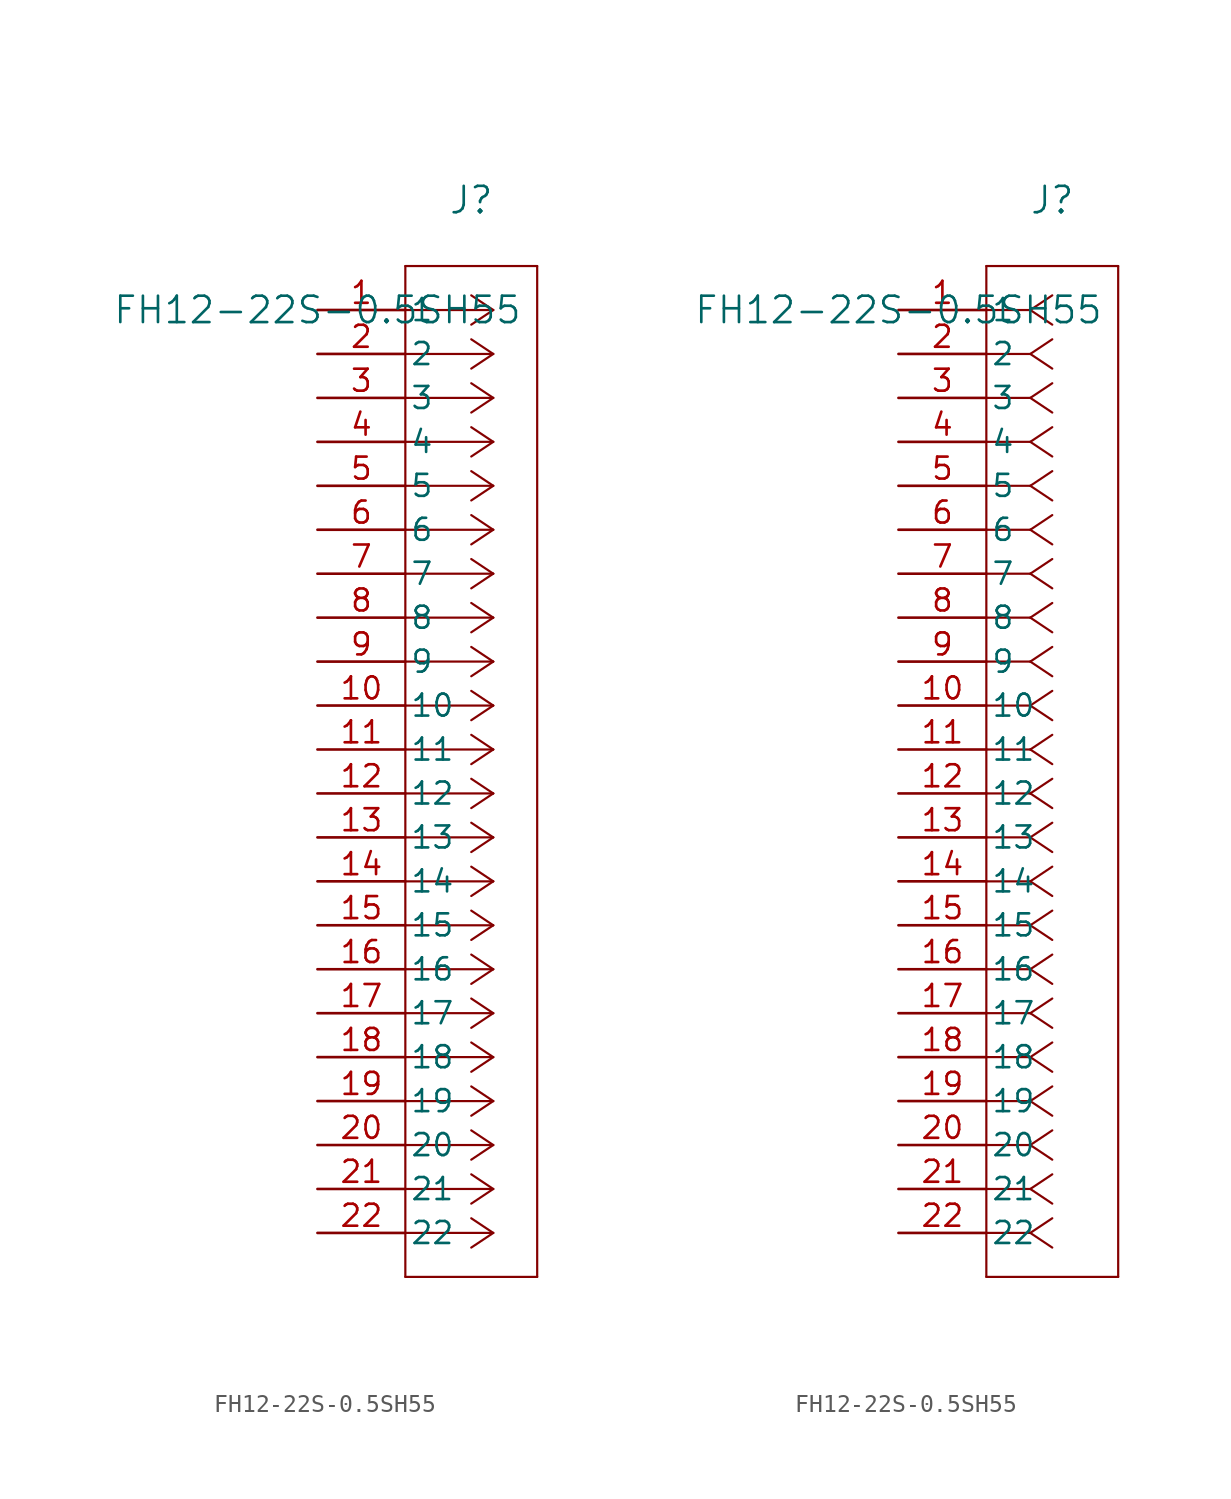
<source format=kicad_sym>
(kicad_symbol_lib
  (version 20211014)
  (generator kicad_symbol_editor)
  (symbol "FH12-22S-0.5SH55"
    (pin_names
      (offset 0.254))
    (property "Reference" "J"
      (at 8.89 6.35 0)
      (effects (font (size 1.524 1.524))))
    (property "Value" "FH12-22S-0.5SH55"
      (at 0 0 0)
      (effects (font (size 1.524 1.524))))
    (symbol "FH12-22S-0.5SH55_1_1"
      (polyline (pts (xy 10.16 0) (xy 5.08 0)) (stroke (width 0.127) (type default) (color 0 0 0 0)) (fill (type none)))
      (polyline (pts (xy 10.16 -2.54) (xy 5.08 -2.54)) (stroke (width 0.127) (type default) (color 0 0 0 0)) (fill (type none)))
      (polyline (pts (xy 10.16 -5.08) (xy 5.08 -5.08)) (stroke (width 0.127) (type default) (color 0 0 0 0)) (fill (type none)))
      (polyline (pts (xy 10.16 -7.62) (xy 5.08 -7.62)) (stroke (width 0.127) (type default) (color 0 0 0 0)) (fill (type none)))
      (polyline (pts (xy 10.16 -10.16) (xy 5.08 -10.16)) (stroke (width 0.127) (type default) (color 0 0 0 0)) (fill (type none)))
      (polyline (pts (xy 10.16 -12.7) (xy 5.08 -12.7)) (stroke (width 0.127) (type default) (color 0 0 0 0)) (fill (type none)))
      (polyline (pts (xy 10.16 -15.24) (xy 5.08 -15.24)) (stroke (width 0.127) (type default) (color 0 0 0 0)) (fill (type none)))
      (polyline (pts (xy 10.16 -17.78) (xy 5.08 -17.78)) (stroke (width 0.127) (type default) (color 0 0 0 0)) (fill (type none)))
      (polyline (pts (xy 10.16 -20.32) (xy 5.08 -20.32)) (stroke (width 0.127) (type default) (color 0 0 0 0)) (fill (type none)))
      (polyline (pts (xy 10.16 -22.86) (xy 5.08 -22.86)) (stroke (width 0.127) (type default) (color 0 0 0 0)) (fill (type none)))
      (polyline (pts (xy 10.16 -25.4) (xy 5.08 -25.4)) (stroke (width 0.127) (type default) (color 0 0 0 0)) (fill (type none)))
      (polyline (pts (xy 10.16 -27.94) (xy 5.08 -27.94)) (stroke (width 0.127) (type default) (color 0 0 0 0)) (fill (type none)))
      (polyline (pts (xy 10.16 -30.48) (xy 5.08 -30.48)) (stroke (width 0.127) (type default) (color 0 0 0 0)) (fill (type none)))
      (polyline (pts (xy 10.16 -33.02) (xy 5.08 -33.02)) (stroke (width 0.127) (type default) (color 0 0 0 0)) (fill (type none)))
      (polyline (pts (xy 10.16 -35.56) (xy 5.08 -35.56)) (stroke (width 0.127) (type default) (color 0 0 0 0)) (fill (type none)))
      (polyline (pts (xy 10.16 -38.1) (xy 5.08 -38.1)) (stroke (width 0.127) (type default) (color 0 0 0 0)) (fill (type none)))
      (polyline (pts (xy 10.16 -40.64) (xy 5.08 -40.64)) (stroke (width 0.127) (type default) (color 0 0 0 0)) (fill (type none)))
      (polyline (pts (xy 10.16 -43.18) (xy 5.08 -43.18)) (stroke (width 0.127) (type default) (color 0 0 0 0)) (fill (type none)))
      (polyline (pts (xy 10.16 -45.72) (xy 5.08 -45.72)) (stroke (width 0.127) (type default) (color 0 0 0 0)) (fill (type none)))
      (polyline (pts (xy 10.16 -48.26) (xy 5.08 -48.26)) (stroke (width 0.127) (type default) (color 0 0 0 0)) (fill (type none)))
      (polyline (pts (xy 10.16 -50.8) (xy 5.08 -50.8)) (stroke (width 0.127) (type default) (color 0 0 0 0)) (fill (type none)))
      (polyline (pts (xy 10.16 -53.34) (xy 5.08 -53.34)) (stroke (width 0.127) (type default) (color 0 0 0 0)) (fill (type none)))
      (polyline (pts (xy 10.16 0) (xy 8.89 0.847)) (stroke (width 0.127) (type default) (color 0 0 0 0)) (fill (type none)))
      (polyline (pts (xy 10.16 -2.54) (xy 8.89 -1.693)) (stroke (width 0.127) (type default) (color 0 0 0 0)) (fill (type none)))
      (polyline (pts (xy 10.16 -5.08) (xy 8.89 -4.233)) (stroke (width 0.127) (type default) (color 0 0 0 0)) (fill (type none)))
      (polyline (pts (xy 10.16 -7.62) (xy 8.89 -6.773)) (stroke (width 0.127) (type default) (color 0 0 0 0)) (fill (type none)))
      (polyline (pts (xy 10.16 -10.16) (xy 8.89 -9.313)) (stroke (width 0.127) (type default) (color 0 0 0 0)) (fill (type none)))
      (polyline (pts (xy 10.16 -12.7) (xy 8.89 -11.853)) (stroke (width 0.127) (type default) (color 0 0 0 0)) (fill (type none)))
      (polyline (pts (xy 10.16 -15.24) (xy 8.89 -14.393)) (stroke (width 0.127) (type default) (color 0 0 0 0)) (fill (type none)))
      (polyline (pts (xy 10.16 -17.78) (xy 8.89 -16.933)) (stroke (width 0.127) (type default) (color 0 0 0 0)) (fill (type none)))
      (polyline (pts (xy 10.16 -20.32) (xy 8.89 -19.473)) (stroke (width 0.127) (type default) (color 0 0 0 0)) (fill (type none)))
      (polyline (pts (xy 10.16 -22.86) (xy 8.89 -22.013)) (stroke (width 0.127) (type default) (color 0 0 0 0)) (fill (type none)))
      (polyline (pts (xy 10.16 -25.4) (xy 8.89 -24.553)) (stroke (width 0.127) (type default) (color 0 0 0 0)) (fill (type none)))
      (polyline (pts (xy 10.16 -27.94) (xy 8.89 -27.093)) (stroke (width 0.127) (type default) (color 0 0 0 0)) (fill (type none)))
      (polyline (pts (xy 10.16 -30.48) (xy 8.89 -29.633)) (stroke (width 0.127) (type default) (color 0 0 0 0)) (fill (type none)))
      (polyline (pts (xy 10.16 -33.02) (xy 8.89 -32.173)) (stroke (width 0.127) (type default) (color 0 0 0 0)) (fill (type none)))
      (polyline (pts (xy 10.16 -35.56) (xy 8.89 -34.713)) (stroke (width 0.127) (type default) (color 0 0 0 0)) (fill (type none)))
      (polyline (pts (xy 10.16 -38.1) (xy 8.89 -37.253)) (stroke (width 0.127) (type default) (color 0 0 0 0)) (fill (type none)))
      (polyline (pts (xy 10.16 -40.64) (xy 8.89 -39.793)) (stroke (width 0.127) (type default) (color 0 0 0 0)) (fill (type none)))
      (polyline (pts (xy 10.16 -43.18) (xy 8.89 -42.333)) (stroke (width 0.127) (type default) (color 0 0 0 0)) (fill (type none)))
      (polyline (pts (xy 10.16 -45.72) (xy 8.89 -44.873)) (stroke (width 0.127) (type default) (color 0 0 0 0)) (fill (type none)))
      (polyline (pts (xy 10.16 -48.26) (xy 8.89 -47.413)) (stroke (width 0.127) (type default) (color 0 0 0 0)) (fill (type none)))
      (polyline (pts (xy 10.16 -50.8) (xy 8.89 -49.953)) (stroke (width 0.127) (type default) (color 0 0 0 0)) (fill (type none)))
      (polyline (pts (xy 10.16 -53.34) (xy 8.89 -52.493)) (stroke (width 0.127) (type default) (color 0 0 0 0)) (fill (type none)))
      (polyline (pts (xy 10.16 0) (xy 8.89 -0.847)) (stroke (width 0.127) (type default) (color 0 0 0 0)) (fill (type none)))
      (polyline (pts (xy 10.16 -2.54) (xy 8.89 -3.387)) (stroke (width 0.127) (type default) (color 0 0 0 0)) (fill (type none)))
      (polyline (pts (xy 10.16 -5.08) (xy 8.89 -5.927)) (stroke (width 0.127) (type default) (color 0 0 0 0)) (fill (type none)))
      (polyline (pts (xy 10.16 -7.62) (xy 8.89 -8.467)) (stroke (width 0.127) (type default) (color 0 0 0 0)) (fill (type none)))
      (polyline (pts (xy 10.16 -10.16) (xy 8.89 -11.007)) (stroke (width 0.127) (type default) (color 0 0 0 0)) (fill (type none)))
      (polyline (pts (xy 10.16 -12.7) (xy 8.89 -13.547)) (stroke (width 0.127) (type default) (color 0 0 0 0)) (fill (type none)))
      (polyline (pts (xy 10.16 -15.24) (xy 8.89 -16.087)) (stroke (width 0.127) (type default) (color 0 0 0 0)) (fill (type none)))
      (polyline (pts (xy 10.16 -17.78) (xy 8.89 -18.627)) (stroke (width 0.127) (type default) (color 0 0 0 0)) (fill (type none)))
      (polyline (pts (xy 10.16 -20.32) (xy 8.89 -21.167)) (stroke (width 0.127) (type default) (color 0 0 0 0)) (fill (type none)))
      (polyline (pts (xy 10.16 -22.86) (xy 8.89 -23.707)) (stroke (width 0.127) (type default) (color 0 0 0 0)) (fill (type none)))
      (polyline (pts (xy 10.16 -25.4) (xy 8.89 -26.247)) (stroke (width 0.127) (type default) (color 0 0 0 0)) (fill (type none)))
      (polyline (pts (xy 10.16 -27.94) (xy 8.89 -28.787)) (stroke (width 0.127) (type default) (color 0 0 0 0)) (fill (type none)))
      (polyline (pts (xy 10.16 -30.48) (xy 8.89 -31.327)) (stroke (width 0.127) (type default) (color 0 0 0 0)) (fill (type none)))
      (polyline (pts (xy 10.16 -33.02) (xy 8.89 -33.867)) (stroke (width 0.127) (type default) (color 0 0 0 0)) (fill (type none)))
      (polyline (pts (xy 10.16 -35.56) (xy 8.89 -36.407)) (stroke (width 0.127) (type default) (color 0 0 0 0)) (fill (type none)))
      (polyline (pts (xy 10.16 -38.1) (xy 8.89 -38.947)) (stroke (width 0.127) (type default) (color 0 0 0 0)) (fill (type none)))
      (polyline (pts (xy 10.16 -40.64) (xy 8.89 -41.487)) (stroke (width 0.127) (type default) (color 0 0 0 0)) (fill (type none)))
      (polyline (pts (xy 10.16 -43.18) (xy 8.89 -44.027)) (stroke (width 0.127) (type default) (color 0 0 0 0)) (fill (type none)))
      (polyline (pts (xy 10.16 -45.72) (xy 8.89 -46.567)) (stroke (width 0.127) (type default) (color 0 0 0 0)) (fill (type none)))
      (polyline (pts (xy 10.16 -48.26) (xy 8.89 -49.107)) (stroke (width 0.127) (type default) (color 0 0 0 0)) (fill (type none)))
      (polyline (pts (xy 10.16 -50.8) (xy 8.89 -51.647)) (stroke (width 0.127) (type default) (color 0 0 0 0)) (fill (type none)))
      (polyline (pts (xy 10.16 -53.34) (xy 8.89 -54.187)) (stroke (width 0.127) (type default) (color 0 0 0 0)) (fill (type none)))
      (polyline (pts (xy 5.08 2.54) (xy 5.08 -55.88)) (stroke (width 0.127) (type default) (color 0 0 0 0)) (fill (type none)))
      (polyline (pts (xy 5.08 -55.88) (xy 12.7 -55.88)) (stroke (width 0.127) (type default) (color 0 0 0 0)) (fill (type none)))
      (polyline (pts (xy 12.7 -55.88) (xy 12.7 2.54)) (stroke (width 0.127) (type default) (color 0 0 0 0)) (fill (type none)))
      (polyline (pts (xy 12.7 2.54) (xy 5.08 2.54)) (stroke (width 0.127) (type default) (color 0 0 0 0)) (fill (type none)))
      (pin unspecified line (at 0 0 0) (length 5.08) (name "1" (effects (font (size 1.27 1.27)))) (number "1" (effects (font (size 1.27 1.27)))))
      (pin unspecified line (at 0 -2.54 0) (length 5.08) (name "2" (effects (font (size 1.27 1.27)))) (number "2" (effects (font (size 1.27 1.27)))))
      (pin unspecified line (at 0 -5.08 0) (length 5.08) (name "3" (effects (font (size 1.27 1.27)))) (number "3" (effects (font (size 1.27 1.27)))))
      (pin unspecified line (at 0 -7.62 0) (length 5.08) (name "4" (effects (font (size 1.27 1.27)))) (number "4" (effects (font (size 1.27 1.27)))))
      (pin unspecified line (at 0 -10.16 0) (length 5.08) (name "5" (effects (font (size 1.27 1.27)))) (number "5" (effects (font (size 1.27 1.27)))))
      (pin unspecified line (at 0 -12.7 0) (length 5.08) (name "6" (effects (font (size 1.27 1.27)))) (number "6" (effects (font (size 1.27 1.27)))))
      (pin unspecified line (at 0 -15.24 0) (length 5.08) (name "7" (effects (font (size 1.27 1.27)))) (number "7" (effects (font (size 1.27 1.27)))))
      (pin unspecified line (at 0 -17.78 0) (length 5.08) (name "8" (effects (font (size 1.27 1.27)))) (number "8" (effects (font (size 1.27 1.27)))))
      (pin unspecified line (at 0 -20.32 0) (length 5.08) (name "9" (effects (font (size 1.27 1.27)))) (number "9" (effects (font (size 1.27 1.27)))))
      (pin unspecified line (at 0 -22.86 0) (length 5.08) (name "10" (effects (font (size 1.27 1.27)))) (number "10" (effects (font (size 1.27 1.27)))))
      (pin unspecified line (at 0 -25.4 0) (length 5.08) (name "11" (effects (font (size 1.27 1.27)))) (number "11" (effects (font (size 1.27 1.27)))))
      (pin unspecified line (at 0 -27.94 0) (length 5.08) (name "12" (effects (font (size 1.27 1.27)))) (number "12" (effects (font (size 1.27 1.27)))))
      (pin unspecified line (at 0 -30.48 0) (length 5.08) (name "13" (effects (font (size 1.27 1.27)))) (number "13" (effects (font (size 1.27 1.27)))))
      (pin unspecified line (at 0 -33.02 0) (length 5.08) (name "14" (effects (font (size 1.27 1.27)))) (number "14" (effects (font (size 1.27 1.27)))))
      (pin unspecified line (at 0 -35.56 0) (length 5.08) (name "15" (effects (font (size 1.27 1.27)))) (number "15" (effects (font (size 1.27 1.27)))))
      (pin unspecified line (at 0 -38.1 0) (length 5.08) (name "16" (effects (font (size 1.27 1.27)))) (number "16" (effects (font (size 1.27 1.27)))))
      (pin unspecified line (at 0 -40.64 0) (length 5.08) (name "17" (effects (font (size 1.27 1.27)))) (number "17" (effects (font (size 1.27 1.27)))))
      (pin unspecified line (at 0 -43.18 0) (length 5.08) (name "18" (effects (font (size 1.27 1.27)))) (number "18" (effects (font (size 1.27 1.27)))))
      (pin unspecified line (at 0 -45.72 0) (length 5.08) (name "19" (effects (font (size 1.27 1.27)))) (number "19" (effects (font (size 1.27 1.27)))))
      (pin unspecified line (at 0 -48.26 0) (length 5.08) (name "20" (effects (font (size 1.27 1.27)))) (number "20" (effects (font (size 1.27 1.27)))))
      (pin unspecified line (at 0 -50.8 0) (length 5.08) (name "21" (effects (font (size 1.27 1.27)))) (number "21" (effects (font (size 1.27 1.27)))))
      (pin unspecified line (at 0 -53.34 0) (length 5.08) (name "22" (effects (font (size 1.27 1.27)))) (number "22" (effects (font (size 1.27 1.27))))))
    (symbol "FH12-22S-0.5SH55_1_2"
      (polyline (pts (xy 7.62 0) (xy 5.08 0)) (stroke (width 0.127) (type default) (color 0 0 0 0)) (fill (type none)))
      (polyline (pts (xy 7.62 -2.54) (xy 5.08 -2.54)) (stroke (width 0.127) (type default) (color 0 0 0 0)) (fill (type none)))
      (polyline (pts (xy 7.62 -5.08) (xy 5.08 -5.08)) (stroke (width 0.127) (type default) (color 0 0 0 0)) (fill (type none)))
      (polyline (pts (xy 7.62 -7.62) (xy 5.08 -7.62)) (stroke (width 0.127) (type default) (color 0 0 0 0)) (fill (type none)))
      (polyline (pts (xy 7.62 -10.16) (xy 5.08 -10.16)) (stroke (width 0.127) (type default) (color 0 0 0 0)) (fill (type none)))
      (polyline (pts (xy 7.62 -12.7) (xy 5.08 -12.7)) (stroke (width 0.127) (type default) (color 0 0 0 0)) (fill (type none)))
      (polyline (pts (xy 7.62 -15.24) (xy 5.08 -15.24)) (stroke (width 0.127) (type default) (color 0 0 0 0)) (fill (type none)))
      (polyline (pts (xy 7.62 -17.78) (xy 5.08 -17.78)) (stroke (width 0.127) (type default) (color 0 0 0 0)) (fill (type none)))
      (polyline (pts (xy 7.62 -20.32) (xy 5.08 -20.32)) (stroke (width 0.127) (type default) (color 0 0 0 0)) (fill (type none)))
      (polyline (pts (xy 7.62 -22.86) (xy 5.08 -22.86)) (stroke (width 0.127) (type default) (color 0 0 0 0)) (fill (type none)))
      (polyline (pts (xy 7.62 -25.4) (xy 5.08 -25.4)) (stroke (width 0.127) (type default) (color 0 0 0 0)) (fill (type none)))
      (polyline (pts (xy 7.62 -27.94) (xy 5.08 -27.94)) (stroke (width 0.127) (type default) (color 0 0 0 0)) (fill (type none)))
      (polyline (pts (xy 7.62 -30.48) (xy 5.08 -30.48)) (stroke (width 0.127) (type default) (color 0 0 0 0)) (fill (type none)))
      (polyline (pts (xy 7.62 -33.02) (xy 5.08 -33.02)) (stroke (width 0.127) (type default) (color 0 0 0 0)) (fill (type none)))
      (polyline (pts (xy 7.62 -35.56) (xy 5.08 -35.56)) (stroke (width 0.127) (type default) (color 0 0 0 0)) (fill (type none)))
      (polyline (pts (xy 7.62 -38.1) (xy 5.08 -38.1)) (stroke (width 0.127) (type default) (color 0 0 0 0)) (fill (type none)))
      (polyline (pts (xy 7.62 -40.64) (xy 5.08 -40.64)) (stroke (width 0.127) (type default) (color 0 0 0 0)) (fill (type none)))
      (polyline (pts (xy 7.62 -43.18) (xy 5.08 -43.18)) (stroke (width 0.127) (type default) (color 0 0 0 0)) (fill (type none)))
      (polyline (pts (xy 7.62 -45.72) (xy 5.08 -45.72)) (stroke (width 0.127) (type default) (color 0 0 0 0)) (fill (type none)))
      (polyline (pts (xy 7.62 -48.26) (xy 5.08 -48.26)) (stroke (width 0.127) (type default) (color 0 0 0 0)) (fill (type none)))
      (polyline (pts (xy 7.62 -50.8) (xy 5.08 -50.8)) (stroke (width 0.127) (type default) (color 0 0 0 0)) (fill (type none)))
      (polyline (pts (xy 7.62 -53.34) (xy 5.08 -53.34)) (stroke (width 0.127) (type default) (color 0 0 0 0)) (fill (type none)))
      (polyline (pts (xy 7.62 0) (xy 8.89 0.847)) (stroke (width 0.127) (type default) (color 0 0 0 0)) (fill (type none)))
      (polyline (pts (xy 7.62 -2.54) (xy 8.89 -1.693)) (stroke (width 0.127) (type default) (color 0 0 0 0)) (fill (type none)))
      (polyline (pts (xy 7.62 -5.08) (xy 8.89 -4.233)) (stroke (width 0.127) (type default) (color 0 0 0 0)) (fill (type none)))
      (polyline (pts (xy 7.62 -7.62) (xy 8.89 -6.773)) (stroke (width 0.127) (type default) (color 0 0 0 0)) (fill (type none)))
      (polyline (pts (xy 7.62 -10.16) (xy 8.89 -9.313)) (stroke (width 0.127) (type default) (color 0 0 0 0)) (fill (type none)))
      (polyline (pts (xy 7.62 -12.7) (xy 8.89 -11.853)) (stroke (width 0.127) (type default) (color 0 0 0 0)) (fill (type none)))
      (polyline (pts (xy 7.62 -15.24) (xy 8.89 -14.393)) (stroke (width 0.127) (type default) (color 0 0 0 0)) (fill (type none)))
      (polyline (pts (xy 7.62 -17.78) (xy 8.89 -16.933)) (stroke (width 0.127) (type default) (color 0 0 0 0)) (fill (type none)))
      (polyline (pts (xy 7.62 -20.32) (xy 8.89 -19.473)) (stroke (width 0.127) (type default) (color 0 0 0 0)) (fill (type none)))
      (polyline (pts (xy 7.62 -22.86) (xy 8.89 -22.013)) (stroke (width 0.127) (type default) (color 0 0 0 0)) (fill (type none)))
      (polyline (pts (xy 7.62 -25.4) (xy 8.89 -24.553)) (stroke (width 0.127) (type default) (color 0 0 0 0)) (fill (type none)))
      (polyline (pts (xy 7.62 -27.94) (xy 8.89 -27.093)) (stroke (width 0.127) (type default) (color 0 0 0 0)) (fill (type none)))
      (polyline (pts (xy 7.62 -30.48) (xy 8.89 -29.633)) (stroke (width 0.127) (type default) (color 0 0 0 0)) (fill (type none)))
      (polyline (pts (xy 7.62 -33.02) (xy 8.89 -32.173)) (stroke (width 0.127) (type default) (color 0 0 0 0)) (fill (type none)))
      (polyline (pts (xy 7.62 -35.56) (xy 8.89 -34.713)) (stroke (width 0.127) (type default) (color 0 0 0 0)) (fill (type none)))
      (polyline (pts (xy 7.62 -38.1) (xy 8.89 -37.253)) (stroke (width 0.127) (type default) (color 0 0 0 0)) (fill (type none)))
      (polyline (pts (xy 7.62 -40.64) (xy 8.89 -39.793)) (stroke (width 0.127) (type default) (color 0 0 0 0)) (fill (type none)))
      (polyline (pts (xy 7.62 -43.18) (xy 8.89 -42.333)) (stroke (width 0.127) (type default) (color 0 0 0 0)) (fill (type none)))
      (polyline (pts (xy 7.62 -45.72) (xy 8.89 -44.873)) (stroke (width 0.127) (type default) (color 0 0 0 0)) (fill (type none)))
      (polyline (pts (xy 7.62 -48.26) (xy 8.89 -47.413)) (stroke (width 0.127) (type default) (color 0 0 0 0)) (fill (type none)))
      (polyline (pts (xy 7.62 -50.8) (xy 8.89 -49.953)) (stroke (width 0.127) (type default) (color 0 0 0 0)) (fill (type none)))
      (polyline (pts (xy 7.62 -53.34) (xy 8.89 -52.493)) (stroke (width 0.127) (type default) (color 0 0 0 0)) (fill (type none)))
      (polyline (pts (xy 7.62 0) (xy 8.89 -0.847)) (stroke (width 0.127) (type default) (color 0 0 0 0)) (fill (type none)))
      (polyline (pts (xy 7.62 -2.54) (xy 8.89 -3.387)) (stroke (width 0.127) (type default) (color 0 0 0 0)) (fill (type none)))
      (polyline (pts (xy 7.62 -5.08) (xy 8.89 -5.927)) (stroke (width 0.127) (type default) (color 0 0 0 0)) (fill (type none)))
      (polyline (pts (xy 7.62 -7.62) (xy 8.89 -8.467)) (stroke (width 0.127) (type default) (color 0 0 0 0)) (fill (type none)))
      (polyline (pts (xy 7.62 -10.16) (xy 8.89 -11.007)) (stroke (width 0.127) (type default) (color 0 0 0 0)) (fill (type none)))
      (polyline (pts (xy 7.62 -12.7) (xy 8.89 -13.547)) (stroke (width 0.127) (type default) (color 0 0 0 0)) (fill (type none)))
      (polyline (pts (xy 7.62 -15.24) (xy 8.89 -16.087)) (stroke (width 0.127) (type default) (color 0 0 0 0)) (fill (type none)))
      (polyline (pts (xy 7.62 -17.78) (xy 8.89 -18.627)) (stroke (width 0.127) (type default) (color 0 0 0 0)) (fill (type none)))
      (polyline (pts (xy 7.62 -20.32) (xy 8.89 -21.167)) (stroke (width 0.127) (type default) (color 0 0 0 0)) (fill (type none)))
      (polyline (pts (xy 7.62 -22.86) (xy 8.89 -23.707)) (stroke (width 0.127) (type default) (color 0 0 0 0)) (fill (type none)))
      (polyline (pts (xy 7.62 -25.4) (xy 8.89 -26.247)) (stroke (width 0.127) (type default) (color 0 0 0 0)) (fill (type none)))
      (polyline (pts (xy 7.62 -27.94) (xy 8.89 -28.787)) (stroke (width 0.127) (type default) (color 0 0 0 0)) (fill (type none)))
      (polyline (pts (xy 7.62 -30.48) (xy 8.89 -31.327)) (stroke (width 0.127) (type default) (color 0 0 0 0)) (fill (type none)))
      (polyline (pts (xy 7.62 -33.02) (xy 8.89 -33.867)) (stroke (width 0.127) (type default) (color 0 0 0 0)) (fill (type none)))
      (polyline (pts (xy 7.62 -35.56) (xy 8.89 -36.407)) (stroke (width 0.127) (type default) (color 0 0 0 0)) (fill (type none)))
      (polyline (pts (xy 7.62 -38.1) (xy 8.89 -38.947)) (stroke (width 0.127) (type default) (color 0 0 0 0)) (fill (type none)))
      (polyline (pts (xy 7.62 -40.64) (xy 8.89 -41.487)) (stroke (width 0.127) (type default) (color 0 0 0 0)) (fill (type none)))
      (polyline (pts (xy 7.62 -43.18) (xy 8.89 -44.027)) (stroke (width 0.127) (type default) (color 0 0 0 0)) (fill (type none)))
      (polyline (pts (xy 7.62 -45.72) (xy 8.89 -46.567)) (stroke (width 0.127) (type default) (color 0 0 0 0)) (fill (type none)))
      (polyline (pts (xy 7.62 -48.26) (xy 8.89 -49.107)) (stroke (width 0.127) (type default) (color 0 0 0 0)) (fill (type none)))
      (polyline (pts (xy 7.62 -50.8) (xy 8.89 -51.647)) (stroke (width 0.127) (type default) (color 0 0 0 0)) (fill (type none)))
      (polyline (pts (xy 7.62 -53.34) (xy 8.89 -54.187)) (stroke (width 0.127) (type default) (color 0 0 0 0)) (fill (type none)))
      (polyline (pts (xy 5.08 2.54) (xy 5.08 -55.88)) (stroke (width 0.127) (type default) (color 0 0 0 0)) (fill (type none)))
      (polyline (pts (xy 5.08 -55.88) (xy 12.7 -55.88)) (stroke (width 0.127) (type default) (color 0 0 0 0)) (fill (type none)))
      (polyline (pts (xy 12.7 -55.88) (xy 12.7 2.54)) (stroke (width 0.127) (type default) (color 0 0 0 0)) (fill (type none)))
      (polyline (pts (xy 12.7 2.54) (xy 5.08 2.54)) (stroke (width 0.127) (type default) (color 0 0 0 0)) (fill (type none)))
      (pin unspecified line (at 0 0 0) (length 5.08) (name "1" (effects (font (size 1.27 1.27)))) (number "1" (effects (font (size 1.27 1.27)))))
      (pin unspecified line (at 0 -2.54 0) (length 5.08) (name "2" (effects (font (size 1.27 1.27)))) (number "2" (effects (font (size 1.27 1.27)))))
      (pin unspecified line (at 0 -5.08 0) (length 5.08) (name "3" (effects (font (size 1.27 1.27)))) (number "3" (effects (font (size 1.27 1.27)))))
      (pin unspecified line (at 0 -7.62 0) (length 5.08) (name "4" (effects (font (size 1.27 1.27)))) (number "4" (effects (font (size 1.27 1.27)))))
      (pin unspecified line (at 0 -10.16 0) (length 5.08) (name "5" (effects (font (size 1.27 1.27)))) (number "5" (effects (font (size 1.27 1.27)))))
      (pin unspecified line (at 0 -12.7 0) (length 5.08) (name "6" (effects (font (size 1.27 1.27)))) (number "6" (effects (font (size 1.27 1.27)))))
      (pin unspecified line (at 0 -15.24 0) (length 5.08) (name "7" (effects (font (size 1.27 1.27)))) (number "7" (effects (font (size 1.27 1.27)))))
      (pin unspecified line (at 0 -17.78 0) (length 5.08) (name "8" (effects (font (size 1.27 1.27)))) (number "8" (effects (font (size 1.27 1.27)))))
      (pin unspecified line (at 0 -20.32 0) (length 5.08) (name "9" (effects (font (size 1.27 1.27)))) (number "9" (effects (font (size 1.27 1.27)))))
      (pin unspecified line (at 0 -22.86 0) (length 5.08) (name "10" (effects (font (size 1.27 1.27)))) (number "10" (effects (font (size 1.27 1.27)))))
      (pin unspecified line (at 0 -25.4 0) (length 5.08) (name "11" (effects (font (size 1.27 1.27)))) (number "11" (effects (font (size 1.27 1.27)))))
      (pin unspecified line (at 0 -27.94 0) (length 5.08) (name "12" (effects (font (size 1.27 1.27)))) (number "12" (effects (font (size 1.27 1.27)))))
      (pin unspecified line (at 0 -30.48 0) (length 5.08) (name "13" (effects (font (size 1.27 1.27)))) (number "13" (effects (font (size 1.27 1.27)))))
      (pin unspecified line (at 0 -33.02 0) (length 5.08) (name "14" (effects (font (size 1.27 1.27)))) (number "14" (effects (font (size 1.27 1.27)))))
      (pin unspecified line (at 0 -35.56 0) (length 5.08) (name "15" (effects (font (size 1.27 1.27)))) (number "15" (effects (font (size 1.27 1.27)))))
      (pin unspecified line (at 0 -38.1 0) (length 5.08) (name "16" (effects (font (size 1.27 1.27)))) (number "16" (effects (font (size 1.27 1.27)))))
      (pin unspecified line (at 0 -40.64 0) (length 5.08) (name "17" (effects (font (size 1.27 1.27)))) (number "17" (effects (font (size 1.27 1.27)))))
      (pin unspecified line (at 0 -43.18 0) (length 5.08) (name "18" (effects (font (size 1.27 1.27)))) (number "18" (effects (font (size 1.27 1.27)))))
      (pin unspecified line (at 0 -45.72 0) (length 5.08) (name "19" (effects (font (size 1.27 1.27)))) (number "19" (effects (font (size 1.27 1.27)))))
      (pin unspecified line (at 0 -48.26 0) (length 5.08) (name "20" (effects (font (size 1.27 1.27)))) (number "20" (effects (font (size 1.27 1.27)))))
      (pin unspecified line (at 0 -50.8 0) (length 5.08) (name "21" (effects (font (size 1.27 1.27)))) (number "21" (effects (font (size 1.27 1.27)))))
      (pin unspecified line (at 0 -53.34 0) (length 5.08) (name "22" (effects (font (size 1.27 1.27)))) (number "22" (effects (font (size 1.27 1.27))))))))
</source>
